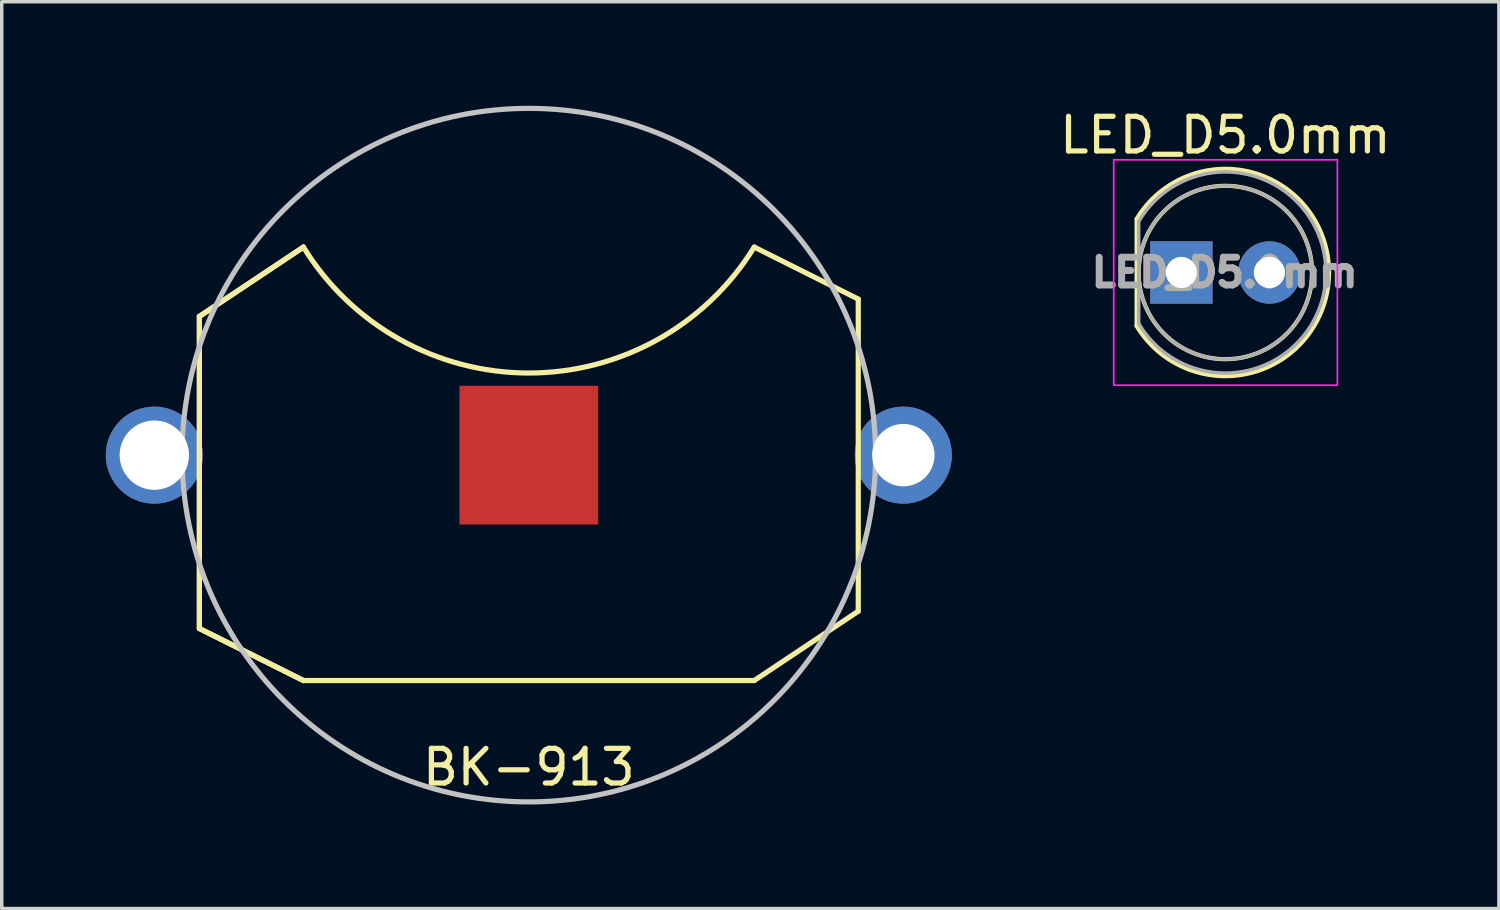
<source format=kicad_pcb>
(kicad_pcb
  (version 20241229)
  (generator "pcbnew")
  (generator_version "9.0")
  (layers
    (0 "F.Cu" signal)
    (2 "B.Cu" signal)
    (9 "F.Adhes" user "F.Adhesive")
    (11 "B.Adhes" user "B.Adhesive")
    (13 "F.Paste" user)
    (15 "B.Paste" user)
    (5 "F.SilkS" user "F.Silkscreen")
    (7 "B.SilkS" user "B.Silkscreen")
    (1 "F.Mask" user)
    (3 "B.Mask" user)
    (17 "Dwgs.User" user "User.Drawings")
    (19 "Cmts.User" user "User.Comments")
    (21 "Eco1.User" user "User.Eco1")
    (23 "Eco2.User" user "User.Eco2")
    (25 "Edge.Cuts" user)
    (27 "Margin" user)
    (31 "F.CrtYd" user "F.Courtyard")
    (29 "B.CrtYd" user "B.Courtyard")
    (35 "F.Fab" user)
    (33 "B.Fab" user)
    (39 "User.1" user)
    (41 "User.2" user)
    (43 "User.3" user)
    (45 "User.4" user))
  (footprint "LED_D5.0mm"
    (layer "F.Cu")
    (at 31.017 4.808)
    (property "Reference" "LED_D5.0mm" (at 1.27 -3.96 0) (layer "F.SilkS") (effects (font (size 1 1) (thickness 0.15))))
    (attr through_hole)
    (fp_line (start -1.29 -1.545) (end -1.29 1.545) (stroke (width 0.12) (type solid)) (layer "F.SilkS"))
    (fp_arc (start -1.29 -1.54483) (mid 2.072002 -2.880433) (end 4.26 0.000462) (stroke (width 0.12) (type solid)) (layer "F.SilkS"))
    (fp_arc (start 4.26 -0.000462) (mid 2.072002 2.880433) (end -1.29 1.54483) (stroke (width 0.12) (type solid)) (layer "F.SilkS"))
    (fp_circle (center 1.27 0) (end 3.77 0) (stroke (width 0.12) (type solid)) (fill no) (layer "F.SilkS"))
    (fp_line (start -1.95 -3.25) (end -1.95 3.25) (stroke (width 0.05) (type solid)) (layer "F.CrtYd"))
    (fp_line (start -1.95 3.25) (end 4.5 3.25) (stroke (width 0.05) (type solid)) (layer "F.CrtYd"))
    (fp_line (start 4.5 -3.25) (end -1.95 -3.25) (stroke (width 0.05) (type solid)) (layer "F.CrtYd"))
    (fp_line (start 4.5 3.25) (end 4.5 -3.25) (stroke (width 0.05) (type solid)) (layer "F.CrtYd"))
    (fp_line (start -1.23 -1.47) (end -1.23 1.47) (stroke (width 0.1) (type solid)) (layer "F.Fab"))
    (fp_arc (start -1.23 -1.469694) (mid 4.17 0.000016) (end -1.230016 1.469666) (stroke (width 0.1) (type solid)) (layer "F.Fab"))
    (fp_circle (center 1.27 0) (end 3.77 0) (stroke (width 0.1) (type solid)) (fill no) (layer "F.Fab"))
    (fp_text user "${REFERENCE}" (at 1.25 0 0) (layer "F.Fab") (effects (font (size 0.8 0.8) (thickness 0.2))))
    (pad "1" thru_hole rect (at 0 0) (size 1.8 1.8) (drill 0.9) (layers "*.Cu" "*.Mask"))
    (pad "2" thru_hole circle (at 2.54 0) (size 1.8 1.8) (drill 0.9) (layers "*.Cu" "*.Mask")))
  (footprint "BK-913"
    (layer "F.Cu")
    (at 12.2 10.075)
    (property "Reference" "BK-913" (at 0 9 0) (layer "F.SilkS") (effects (font (size 1 1) (thickness 0.15))))
    (attr through_hole)
    (fp_line (start -9.5 -4) (end -6.5 -6) (stroke (width 0.15) (type solid)) (layer "F.SilkS"))
    (fp_line (start -9.5 -4) (end -6.5 -6) (stroke (width 0.15) (type solid)) (layer "F.SilkS"))
    (fp_line (start -9.5 5) (end -9.5 -4) (stroke (width 0.15) (type solid)) (layer "F.SilkS"))
    (fp_line (start -9.5 5) (end -9.5 -4) (stroke (width 0.15) (type solid)) (layer "F.SilkS"))
    (fp_line (start -9.5 5) (end -6.5 6.5) (stroke (width 0.15) (type solid)) (layer "F.SilkS"))
    (fp_line (start -9.5 5) (end -6.5 6.5) (stroke (width 0.15) (type solid)) (layer "F.SilkS"))
    (fp_line (start -6.5 6.5) (end 6.5 6.5) (stroke (width 0.15) (type solid)) (layer "F.SilkS"))
    (fp_line (start 9.5 -4.5) (end 6.5 -6) (stroke (width 0.15) (type solid)) (layer "F.SilkS"))
    (fp_line (start 9.5 -4.5) (end 9.5 4.5) (stroke (width 0.15) (type solid)) (layer "F.SilkS"))
    (fp_line (start 9.5 4.5) (end 6.5 6.5) (stroke (width 0.15) (type solid)) (layer "F.SilkS"))
    (fp_arc (start 6.5 -6) (mid 0 -2.367831) (end -6.5 -6) (stroke (width 0.15) (type solid)) (layer "F.SilkS"))
    (fp_circle (center 0 0) (end 10 0) (stroke (width 0.15) (type solid)) (fill no) (layer "Dwgs.User"))
    (pad "1" thru_hole circle (at -10.8 0) (size 2.8 2.8) (drill 2) (layers "*.Cu" "*.Mask"))
    (pad "1" thru_hole circle (at 10.8 0) (size 2.8 2.8) (drill 1.8) (layers "*.Cu" "*.Mask"))
    (pad "2" smd rect (at 0 0) (size 4 4) (layers "F.Cu" "F.Mask" "F.Paste")))
  (gr_rect
    (start -3 -3)
    (end 40.174 23.15)
    (stroke (width 0.1) (type default))
    (fill no)
    (layer "Edge.Cuts")))
</source>
